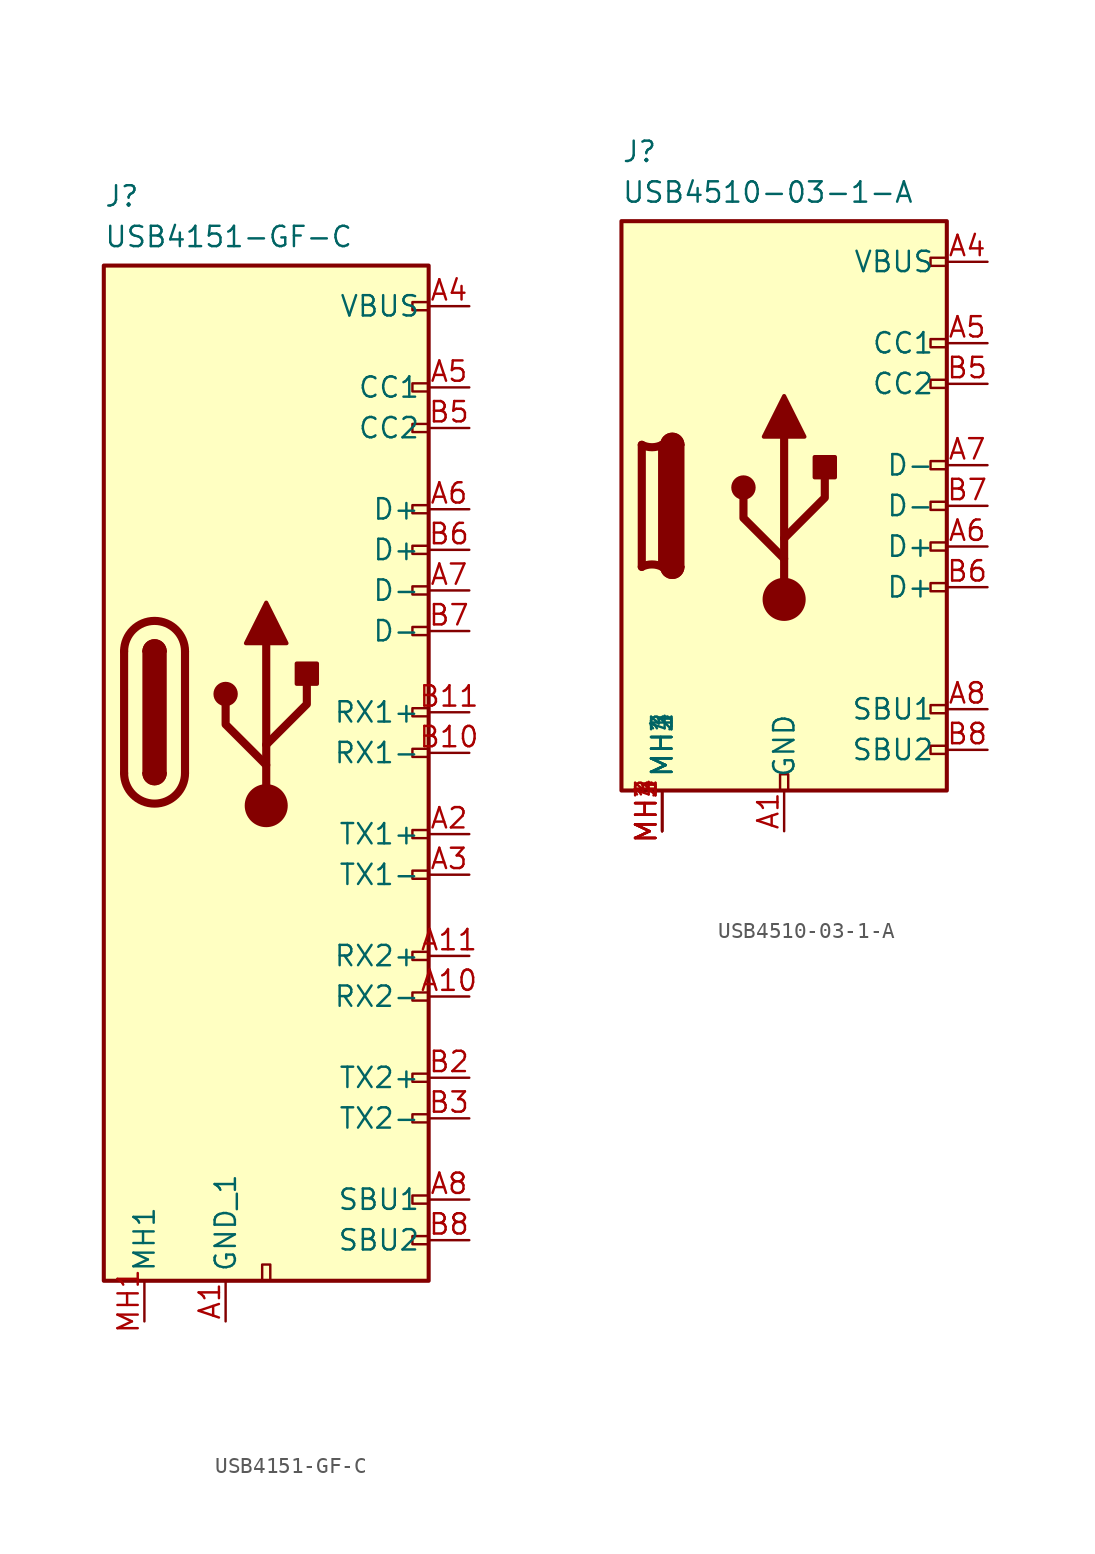
<source format=kicad_sym>
(kicad_symbol_lib
  (version 20241209)
  (generator "kicad_symbol_editor")
  (generator_version "9.0")
  (symbol "USB4151-GF-C"
    (property "Reference" "J"
      (at 0 5.08 0)
      (effects (font (size 1.27 1.27)) (justify left top)))
    (property "Value" "USB4151-GF-C"
      (at 0 2.54 0)
      (effects (font (size 1.27 1.27)) (justify left top)))
    (symbol "USB4151-GF-C_0_0"
      (rectangle (start 9.906 -63.5) (end 10.414 -62.484) (stroke (width 0) (type default)) (fill (type none)))
      (rectangle (start 20.32 -2.286) (end 19.304 -2.794) (stroke (width 0) (type default)) (fill (type none)))
      (rectangle (start 20.32 -7.366) (end 19.304 -7.874) (stroke (width 0) (type default)) (fill (type none)))
      (rectangle (start 20.32 -9.906) (end 19.304 -10.414) (stroke (width 0) (type default)) (fill (type none)))
      (rectangle (start 20.32 -14.986) (end 19.304 -15.494) (stroke (width 0) (type default)) (fill (type none)))
      (rectangle (start 20.32 -17.526) (end 19.304 -18.034) (stroke (width 0) (type default)) (fill (type none)))
      (rectangle (start 20.32 -20.066) (end 19.304 -20.574) (stroke (width 0) (type default)) (fill (type none)))
      (rectangle (start 20.32 -22.606) (end 19.304 -23.114) (stroke (width 0) (type default)) (fill (type none)))
      (rectangle (start 20.32 -27.686) (end 19.304 -28.194) (stroke (width 0) (type default)) (fill (type none)))
      (rectangle (start 20.32 -30.226) (end 19.304 -30.734) (stroke (width 0) (type default)) (fill (type none)))
      (rectangle (start 20.32 -35.306) (end 19.304 -35.814) (stroke (width 0) (type default)) (fill (type none)))
      (rectangle (start 20.32 -37.846) (end 19.304 -38.354) (stroke (width 0) (type default)) (fill (type none)))
      (rectangle (start 20.32 -42.926) (end 19.304 -43.434) (stroke (width 0) (type default)) (fill (type none)))
      (rectangle (start 20.32 -45.466) (end 19.304 -45.974) (stroke (width 0) (type default)) (fill (type none)))
      (rectangle (start 20.32 -50.546) (end 19.304 -51.054) (stroke (width 0) (type default)) (fill (type none)))
      (rectangle (start 20.32 -53.086) (end 19.304 -53.594) (stroke (width 0) (type default)) (fill (type none)))
      (rectangle (start 20.32 -58.166) (end 19.304 -58.674) (stroke (width 0) (type default)) (fill (type none)))
      (rectangle (start 20.32 -60.706) (end 19.304 -61.214) (stroke (width 0) (type default)) (fill (type none))))
    (symbol "USB4151-GF-C_0_1"
      (rectangle (start 0 0) (end 20.32 -63.5) (stroke (width 0.254) (type default)) (fill (type background)))
      (polyline (pts (xy 1.27 -31.75) (xy 1.27 -24.13)) (stroke (width 0.508) (type default)) (fill (type none)))
      (rectangle (start 2.54 -31.75) (end 3.81 -24.13) (stroke (width 0.254) (type default)) (fill (type outline)))
      (arc (start 2.54 -24.13) (mid 3.175 -23.4977) (end 3.81 -24.13) (stroke (width 0.254) (type default)) (fill (type none)))
      (arc (start 2.54 -24.13) (mid 3.175 -23.4977) (end 3.81 -24.13) (stroke (width 0.254) (type default)) (fill (type outline)))
      (arc (start 1.27 -24.13) (mid 3.175 -22.2333) (end 5.08 -24.13) (stroke (width 0.508) (type default)) (fill (type none)))
      (arc (start 5.08 -31.75) (mid 3.175 -33.6467) (end 1.27 -31.75) (stroke (width 0.508) (type default)) (fill (type none)))
      (arc (start 3.81 -31.75) (mid 3.175 -32.3823) (end 2.54 -31.75) (stroke (width 0.254) (type default)) (fill (type none)))
      (arc (start 3.81 -31.75) (mid 3.175 -32.3823) (end 2.54 -31.75) (stroke (width 0.254) (type default)) (fill (type outline)))
      (polyline (pts (xy 5.08 -24.13) (xy 5.08 -31.75)) (stroke (width 0.508) (type default)) (fill (type none))))
    (symbol "USB4151-GF-C_1_1"
      (circle (center 7.62 -26.797) (radius 0.635) (stroke (width 0.254) (type default)) (fill (type outline)))
      (polyline (pts (xy 8.89 -23.622) (xy 10.16 -21.082) (xy 11.43 -23.622) (xy 8.89 -23.622)) (stroke (width 0.254) (type default)) (fill (type outline)))
      (polyline (pts (xy 10.16 -29.972) (xy 12.7 -27.432) (xy 12.7 -26.162)) (stroke (width 0.508) (type default)) (fill (type none)))
      (polyline (pts (xy 10.16 -31.242) (xy 7.62 -28.702) (xy 7.62 -27.432)) (stroke (width 0.508) (type default)) (fill (type none)))
      (polyline (pts (xy 10.16 -33.782) (xy 10.16 -23.622)) (stroke (width 0.508) (type default)) (fill (type none)))
      (circle (center 10.16 -33.782) (radius 1.27) (stroke (width 0) (type default)) (fill (type outline)))
      (rectangle (start 12.065 -26.162) (end 13.335 -24.892) (stroke (width 0.254) (type default)) (fill (type outline)))
      (pin passive line (at 2.54 -66.04 90) (length 2.54) (name "MH1" (effects (font (size 1.27 1.27)))) (number "MH1" (effects (font (size 1.27 1.27)))))
      (pin passive line (at 2.54 -66.04 90) (length 2.54) (hide yes) (name "MH7" (effects (font (size 1.27 1.27)))) (number "MH2" (effects (font (size 1.27 1.27)))))
      (pin passive line (at 2.54 -66.04 90) (length 2.54) (hide yes) (name "MH2" (effects (font (size 1.27 1.27)))) (number "MH3" (effects (font (size 1.27 1.27)))))
      (pin passive line (at 2.54 -66.04 90) (length 2.54) (hide yes) (name "MH6" (effects (font (size 1.27 1.27)))) (number "MH4" (effects (font (size 1.27 1.27)))))
      (pin passive line (at 2.54 -66.04 90) (length 2.54) (hide yes) (name "MH5" (effects (font (size 1.27 1.27)))) (number "MH5" (effects (font (size 1.27 1.27)))))
      (pin passive line (at 7.62 -66.04 90) (length 2.54) (name "GND_1" (effects (font (size 1.27 1.27)))) (number "A1" (effects (font (size 1.27 1.27)))))
      (pin passive line (at 7.62 -66.04 90) (length 2.54) (hide yes) (name "GND_2" (effects (font (size 1.27 1.27)))) (number "A12" (effects (font (size 1.27 1.27)))))
      (pin passive line (at 7.62 -66.04 90) (length 2.54) (hide yes) (name "GND_3" (effects (font (size 1.27 1.27)))) (number "B1" (effects (font (size 1.27 1.27)))))
      (pin passive line (at 7.62 -66.04 90) (length 2.54) (hide yes) (name "GND_4" (effects (font (size 1.27 1.27)))) (number "B12" (effects (font (size 1.27 1.27)))))
      (pin passive line (at 22.86 -2.54 180) (length 2.54) (name "VBUS" (effects (font (size 1.27 1.27)))) (number "A4" (effects (font (size 1.27 1.27)))))
      (pin passive line (at 22.86 -2.54 180) (length 2.54) (hide yes) (name "VBUS" (effects (font (size 1.27 1.27)))) (number "A9" (effects (font (size 1.27 1.27)))))
      (pin passive line (at 22.86 -2.54 180) (length 2.54) (hide yes) (name "VBUS" (effects (font (size 1.27 1.27)))) (number "B4" (effects (font (size 1.27 1.27)))))
      (pin passive line (at 22.86 -2.54 180) (length 2.54) (hide yes) (name "VBUS" (effects (font (size 1.27 1.27)))) (number "B9" (effects (font (size 1.27 1.27)))))
      (pin bidirectional line (at 22.86 -7.62 180) (length 2.54) (name "CC1" (effects (font (size 1.27 1.27)))) (number "A5" (effects (font (size 1.27 1.27)))))
      (pin bidirectional line (at 22.86 -10.16 180) (length 2.54) (name "CC2" (effects (font (size 1.27 1.27)))) (number "B5" (effects (font (size 1.27 1.27)))))
      (pin bidirectional line (at 22.86 -15.24 180) (length 2.54) (name "D+" (effects (font (size 1.27 1.27)))) (number "A6" (effects (font (size 1.27 1.27)))))
      (pin bidirectional line (at 22.86 -17.78 180) (length 2.54) (name "D+" (effects (font (size 1.27 1.27)))) (number "B6" (effects (font (size 1.27 1.27)))))
      (pin bidirectional line (at 22.86 -20.32 180) (length 2.54) (name "D-" (effects (font (size 1.27 1.27)))) (number "A7" (effects (font (size 1.27 1.27)))))
      (pin bidirectional line (at 22.86 -22.86 180) (length 2.54) (name "D-" (effects (font (size 1.27 1.27)))) (number "B7" (effects (font (size 1.27 1.27)))))
      (pin bidirectional line (at 22.86 -27.94 180) (length 2.54) (name "RX1+" (effects (font (size 1.27 1.27)))) (number "B11" (effects (font (size 1.27 1.27)))))
      (pin bidirectional line (at 22.86 -30.48 180) (length 2.54) (name "RX1-" (effects (font (size 1.27 1.27)))) (number "B10" (effects (font (size 1.27 1.27)))))
      (pin bidirectional line (at 22.86 -35.56 180) (length 2.54) (name "TX1+" (effects (font (size 1.27 1.27)))) (number "A2" (effects (font (size 1.27 1.27)))))
      (pin bidirectional line (at 22.86 -38.1 180) (length 2.54) (name "TX1-" (effects (font (size 1.27 1.27)))) (number "A3" (effects (font (size 1.27 1.27)))))
      (pin bidirectional line (at 22.86 -43.18 180) (length 2.54) (name "RX2+" (effects (font (size 1.27 1.27)))) (number "A11" (effects (font (size 1.27 1.27)))))
      (pin bidirectional line (at 22.86 -45.72 180) (length 2.54) (name "RX2-" (effects (font (size 1.27 1.27)))) (number "A10" (effects (font (size 1.27 1.27)))))
      (pin bidirectional line (at 22.86 -50.8 180) (length 2.54) (name "TX2+" (effects (font (size 1.27 1.27)))) (number "B2" (effects (font (size 1.27 1.27)))))
      (pin bidirectional line (at 22.86 -53.34 180) (length 2.54) (name "TX2-" (effects (font (size 1.27 1.27)))) (number "B3" (effects (font (size 1.27 1.27)))))
      (pin bidirectional line (at 22.86 -58.42 180) (length 2.54) (name "SBU1" (effects (font (size 1.27 1.27)))) (number "A8" (effects (font (size 1.27 1.27)))))
      (pin bidirectional line (at 22.86 -60.96 180) (length 2.54) (name "SBU2" (effects (font (size 1.27 1.27)))) (number "B8" (effects (font (size 1.27 1.27)))))))
  (symbol "USB4510-03-1-A"
    (pin_names
      (offset 0.762))
    (property "Reference" "J"
      (at 0 5.08 0)
      (effects (font (size 1.27 1.27)) (justify left top)))
    (property "Value" "USB4510-03-1-A"
      (at 0 2.54 0)
      (effects (font (size 1.27 1.27)) (justify left top)))
    (symbol "USB4510-03-1-A_0_0"
      (rectangle (start 9.906 -35.56) (end 10.414 -34.544) (stroke (width 0) (type default)) (fill (type none)))
      (rectangle (start 20.32 -2.286) (end 19.304 -2.794) (stroke (width 0) (type default)) (fill (type none)))
      (rectangle (start 20.32 -7.366) (end 19.304 -7.874) (stroke (width 0) (type default)) (fill (type none)))
      (rectangle (start 20.32 -9.906) (end 19.304 -10.414) (stroke (width 0) (type default)) (fill (type none)))
      (rectangle (start 20.32 -14.986) (end 19.304 -15.494) (stroke (width 0) (type default)) (fill (type none)))
      (rectangle (start 20.32 -17.526) (end 19.304 -18.034) (stroke (width 0) (type default)) (fill (type none)))
      (rectangle (start 20.32 -20.066) (end 19.304 -20.574) (stroke (width 0) (type default)) (fill (type none)))
      (rectangle (start 20.32 -22.606) (end 19.304 -23.114) (stroke (width 0) (type default)) (fill (type none)))
      (rectangle (start 20.32 -30.226) (end 19.304 -30.734) (stroke (width 0) (type default)) (fill (type none)))
      (rectangle (start 20.32 -32.766) (end 19.304 -33.274) (stroke (width 0) (type default)) (fill (type none)))
      (pin passive line (at 2.54 -38.1 90) (length 2.54) (name "MH1" (effects (font (size 1.27 1.27)))) (number "MH1" (effects (font (size 1.27 1.27)))))
      (pin passive line (at 2.54 -38.1 90) (length 2.54) (name "MH2" (effects (font (size 1.27 1.27)))) (number "MH2" (effects (font (size 1.27 1.27)))))
      (pin passive line (at 2.54 -38.1 90) (length 2.54) (name "MH3" (effects (font (size 1.27 1.27)))) (number "MH3" (effects (font (size 1.27 1.27)))))
      (pin passive line (at 2.54 -38.1 90) (length 2.54) (name "MH4" (effects (font (size 1.27 1.27)))) (number "MH4" (effects (font (size 1.27 1.27))))))
    (symbol "USB4510-03-1-A_0_1"
      (rectangle (start 0 0) (end 20.32 -35.56) (stroke (width 0.254) (type default)) (fill (type background)))
      (polyline (pts (xy 1.27 -21.59) (xy 1.27 -13.97)) (stroke (width 0.508) (type default)) (fill (type none)))
      (arc (start 2.54 -13.97) (mid 1.905 -14.1202) (end 1.27 -13.97) (stroke (width 0.508) (type default)) (fill (type none)))
      (arc (start 1.27 -21.59) (mid 1.905 -21.4398) (end 2.54 -21.59) (stroke (width 0.508) (type default)) (fill (type none)))
      (polyline (pts (xy 2.54 -13.97) (xy 2.54 -21.59)) (stroke (width 0.508) (type default)) (fill (type none)))
      (rectangle (start 2.54 -21.59) (end 3.81 -13.97) (stroke (width 0.254) (type default)) (fill (type outline)))
      (arc (start 2.54 -13.97) (mid 3.175 -13.3377) (end 3.81 -13.97) (stroke (width 0.254) (type default)) (fill (type none)))
      (arc (start 2.54 -13.97) (mid 3.175 -13.3377) (end 3.81 -13.97) (stroke (width 0.254) (type default)) (fill (type outline)))
      (arc (start 3.81 -21.59) (mid 3.175 -22.2223) (end 2.54 -21.59) (stroke (width 0.254) (type default)) (fill (type none)))
      (arc (start 3.81 -21.59) (mid 3.175 -22.2223) (end 2.54 -21.59) (stroke (width 0.254) (type default)) (fill (type outline)))
      (circle (center 7.62 -16.637) (radius 0.635) (stroke (width 0.254) (type default)) (fill (type outline)))
      (polyline (pts (xy 8.89 -13.462) (xy 10.16 -10.922) (xy 11.43 -13.462) (xy 8.89 -13.462)) (stroke (width 0.254) (type default)) (fill (type outline)))
      (polyline (pts (xy 10.16 -19.812) (xy 12.7 -17.272) (xy 12.7 -16.002)) (stroke (width 0.508) (type default)) (fill (type none)))
      (polyline (pts (xy 10.16 -21.082) (xy 7.62 -18.542) (xy 7.62 -17.272)) (stroke (width 0.508) (type default)) (fill (type none)))
      (polyline (pts (xy 10.16 -23.622) (xy 10.16 -13.462)) (stroke (width 0.508) (type default)) (fill (type none)))
      (circle (center 10.16 -23.622) (radius 1.27) (stroke (width 0) (type default)) (fill (type outline)))
      (rectangle (start 12.065 -16.002) (end 13.335 -14.732) (stroke (width 0.254) (type default)) (fill (type outline))))
    (symbol "USB4510-03-1-A_1_1"
      (pin passive line (at 10.16 -38.1 90) (length 2.54) (name "GND" (effects (font (size 1.27 1.27)))) (number "A1" (effects (font (size 1.27 1.27)))))
      (pin passive line (at 10.16 -38.1 90) (length 2.54) (hide yes) (name "GND" (effects (font (size 1.27 1.27)))) (number "A12" (effects (font (size 1.27 1.27)))))
      (pin passive line (at 10.16 -38.1 90) (length 2.54) (hide yes) (name "GND" (effects (font (size 1.27 1.27)))) (number "B1" (effects (font (size 1.27 1.27)))))
      (pin passive line (at 10.16 -38.1 90) (length 2.54) (hide yes) (name "GND" (effects (font (size 1.27 1.27)))) (number "B12" (effects (font (size 1.27 1.27)))))
      (pin passive line (at 22.86 -2.54 180) (length 2.54) (name "VBUS" (effects (font (size 1.27 1.27)))) (number "A4" (effects (font (size 1.27 1.27)))))
      (pin passive line (at 22.86 -2.54 180) (length 2.54) (hide yes) (name "VBUS" (effects (font (size 1.27 1.27)))) (number "A9" (effects (font (size 1.27 1.27)))))
      (pin passive line (at 22.86 -2.54 180) (length 2.54) (hide yes) (name "VBUS" (effects (font (size 1.27 1.27)))) (number "B4" (effects (font (size 1.27 1.27)))))
      (pin passive line (at 22.86 -2.54 180) (length 2.54) (hide yes) (name "VBUS" (effects (font (size 1.27 1.27)))) (number "B9" (effects (font (size 1.27 1.27)))))
      (pin bidirectional line (at 22.86 -7.62 180) (length 2.54) (name "CC1" (effects (font (size 1.27 1.27)))) (number "A5" (effects (font (size 1.27 1.27)))))
      (pin bidirectional line (at 22.86 -10.16 180) (length 2.54) (name "CC2" (effects (font (size 1.27 1.27)))) (number "B5" (effects (font (size 1.27 1.27)))))
      (pin bidirectional line (at 22.86 -15.24 180) (length 2.54) (name "D-" (effects (font (size 1.27 1.27)))) (number "A7" (effects (font (size 1.27 1.27)))))
      (pin bidirectional line (at 22.86 -17.78 180) (length 2.54) (name "D-" (effects (font (size 1.27 1.27)))) (number "B7" (effects (font (size 1.27 1.27)))))
      (pin bidirectional line (at 22.86 -20.32 180) (length 2.54) (name "D+" (effects (font (size 1.27 1.27)))) (number "A6" (effects (font (size 1.27 1.27)))))
      (pin bidirectional line (at 22.86 -22.86 180) (length 2.54) (name "D+" (effects (font (size 1.27 1.27)))) (number "B6" (effects (font (size 1.27 1.27)))))
      (pin bidirectional line (at 22.86 -30.48 180) (length 2.54) (name "SBU1" (effects (font (size 1.27 1.27)))) (number "A8" (effects (font (size 1.27 1.27)))))
      (pin bidirectional line (at 22.86 -33.02 180) (length 2.54) (name "SBU2" (effects (font (size 1.27 1.27)))) (number "B8" (effects (font (size 1.27 1.27))))))))
</source>
